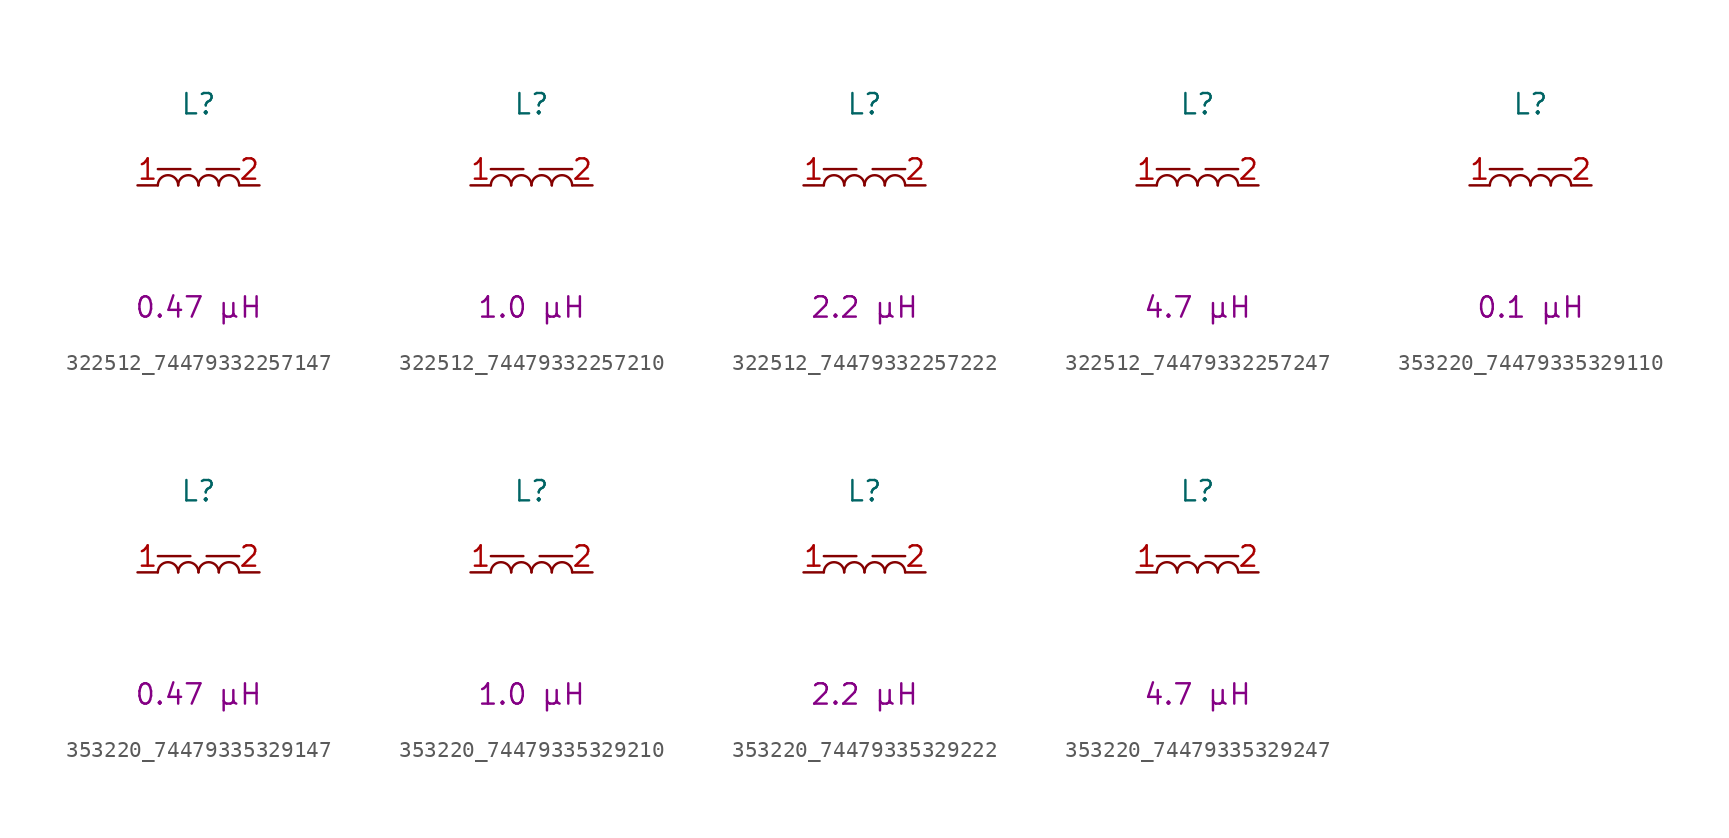
<source format=kicad_sym>
(kicad_symbol_lib
  (version 20220914)
  (generator kicad_symbol_editor)
  (symbol "322512_74479332257147"
    (pin_names hide)
    (property "Reference" "L"
      (at 0 5.08 0)
      (effects (font (size 1.27 1.27))))
    (property "Critical Parameter" "0.47 µH"
      (at 0 -7.62 0)
      (effects (font (size 1.27 1.27))))
    (symbol "322512_74479332257147_0_1"
      (arc (start -1.27 0) (mid -1.905 0.6323) (end -2.54 0) (stroke (width 0) (type default)) (fill (type none)))
      (arc (start 0 0) (mid -0.635 0.6323) (end -1.27 0) (stroke (width 0) (type default)) (fill (type none)))
      (polyline (pts (xy -2.54 1.016) (xy -0.508 1.016)) (stroke (width 0) (type default)) (fill (type none)))
      (arc (start 1.27 0) (mid 0.635 0.6323) (end 0 0) (stroke (width 0) (type default)) (fill (type none)))
      (arc (start 2.54 0) (mid 1.905 0.6323) (end 1.27 0) (stroke (width 0) (type default)) (fill (type none))))
    (symbol "322512_74479332257147_1_1"
      (polyline (pts (xy 2.54 1.016) (xy 0.508 1.016)) (stroke (width 0) (type default)) (fill (type none)))
      (pin passive line (at -3.81 0 0) (length 1.27) (name "1" (effects (font (size 1.27 1.27)))) (number "1" (effects (font (size 1.27 1.27)))))
      (pin passive line (at 3.81 0 180) (length 1.27) (name "2" (effects (font (size 1.27 1.27)))) (number "2" (effects (font (size 1.27 1.27)))))))
  (symbol "322512_74479332257210"
    (pin_names hide)
    (property "Reference" "L"
      (at 0 5.08 0)
      (effects (font (size 1.27 1.27))))
    (property "Critical Parameter" "1.0 µH"
      (at 0 -7.62 0)
      (effects (font (size 1.27 1.27))))
    (symbol "322512_74479332257210_0_1"
      (arc (start -1.27 0) (mid -1.905 0.6323) (end -2.54 0) (stroke (width 0) (type default)) (fill (type none)))
      (arc (start 0 0) (mid -0.635 0.6323) (end -1.27 0) (stroke (width 0) (type default)) (fill (type none)))
      (polyline (pts (xy -2.54 1.016) (xy -0.508 1.016)) (stroke (width 0) (type default)) (fill (type none)))
      (arc (start 1.27 0) (mid 0.635 0.6323) (end 0 0) (stroke (width 0) (type default)) (fill (type none)))
      (arc (start 2.54 0) (mid 1.905 0.6323) (end 1.27 0) (stroke (width 0) (type default)) (fill (type none))))
    (symbol "322512_74479332257210_1_1"
      (polyline (pts (xy 2.54 1.016) (xy 0.508 1.016)) (stroke (width 0) (type default)) (fill (type none)))
      (pin passive line (at -3.81 0 0) (length 1.27) (name "1" (effects (font (size 1.27 1.27)))) (number "1" (effects (font (size 1.27 1.27)))))
      (pin passive line (at 3.81 0 180) (length 1.27) (name "2" (effects (font (size 1.27 1.27)))) (number "2" (effects (font (size 1.27 1.27)))))))
  (symbol "322512_74479332257222"
    (pin_names hide)
    (property "Reference" "L"
      (at 0 5.08 0)
      (effects (font (size 1.27 1.27))))
    (property "Critical Parameter" "2.2 µH"
      (at 0 -7.62 0)
      (effects (font (size 1.27 1.27))))
    (symbol "322512_74479332257222_0_1"
      (arc (start -1.27 0) (mid -1.905 0.6323) (end -2.54 0) (stroke (width 0) (type default)) (fill (type none)))
      (arc (start 0 0) (mid -0.635 0.6323) (end -1.27 0) (stroke (width 0) (type default)) (fill (type none)))
      (polyline (pts (xy -2.54 1.016) (xy -0.508 1.016)) (stroke (width 0) (type default)) (fill (type none)))
      (arc (start 1.27 0) (mid 0.635 0.6323) (end 0 0) (stroke (width 0) (type default)) (fill (type none)))
      (arc (start 2.54 0) (mid 1.905 0.6323) (end 1.27 0) (stroke (width 0) (type default)) (fill (type none))))
    (symbol "322512_74479332257222_1_1"
      (polyline (pts (xy 2.54 1.016) (xy 0.508 1.016)) (stroke (width 0) (type default)) (fill (type none)))
      (pin passive line (at -3.81 0 0) (length 1.27) (name "1" (effects (font (size 1.27 1.27)))) (number "1" (effects (font (size 1.27 1.27)))))
      (pin passive line (at 3.81 0 180) (length 1.27) (name "2" (effects (font (size 1.27 1.27)))) (number "2" (effects (font (size 1.27 1.27)))))))
  (symbol "322512_74479332257247"
    (pin_names hide)
    (property "Reference" "L"
      (at 0 5.08 0)
      (effects (font (size 1.27 1.27))))
    (property "Critical Parameter" "4.7 µH"
      (at 0 -7.62 0)
      (effects (font (size 1.27 1.27))))
    (symbol "322512_74479332257247_0_1"
      (arc (start -1.27 0) (mid -1.905 0.6323) (end -2.54 0) (stroke (width 0) (type default)) (fill (type none)))
      (arc (start 0 0) (mid -0.635 0.6323) (end -1.27 0) (stroke (width 0) (type default)) (fill (type none)))
      (polyline (pts (xy -2.54 1.016) (xy -0.508 1.016)) (stroke (width 0) (type default)) (fill (type none)))
      (arc (start 1.27 0) (mid 0.635 0.6323) (end 0 0) (stroke (width 0) (type default)) (fill (type none)))
      (arc (start 2.54 0) (mid 1.905 0.6323) (end 1.27 0) (stroke (width 0) (type default)) (fill (type none))))
    (symbol "322512_74479332257247_1_1"
      (polyline (pts (xy 2.54 1.016) (xy 0.508 1.016)) (stroke (width 0) (type default)) (fill (type none)))
      (pin passive line (at -3.81 0 0) (length 1.27) (name "1" (effects (font (size 1.27 1.27)))) (number "1" (effects (font (size 1.27 1.27)))))
      (pin passive line (at 3.81 0 180) (length 1.27) (name "2" (effects (font (size 1.27 1.27)))) (number "2" (effects (font (size 1.27 1.27)))))))
  (symbol "353220_74479335329110"
    (pin_names hide)
    (property "Reference" "L"
      (at 0 5.08 0)
      (effects (font (size 1.27 1.27))))
    (property "Critical Parameter" "0.1 µH"
      (at 0 -7.62 0)
      (effects (font (size 1.27 1.27))))
    (symbol "353220_74479335329110_0_1"
      (arc (start -1.27 0) (mid -1.905 0.6323) (end -2.54 0) (stroke (width 0) (type default)) (fill (type none)))
      (arc (start 0 0) (mid -0.635 0.6323) (end -1.27 0) (stroke (width 0) (type default)) (fill (type none)))
      (polyline (pts (xy -2.54 1.016) (xy -0.508 1.016)) (stroke (width 0) (type default)) (fill (type none)))
      (arc (start 1.27 0) (mid 0.635 0.6323) (end 0 0) (stroke (width 0) (type default)) (fill (type none)))
      (arc (start 2.54 0) (mid 1.905 0.6323) (end 1.27 0) (stroke (width 0) (type default)) (fill (type none))))
    (symbol "353220_74479335329110_1_1"
      (polyline (pts (xy 2.54 1.016) (xy 0.508 1.016)) (stroke (width 0) (type default)) (fill (type none)))
      (pin passive line (at -3.81 0 0) (length 1.27) (name "1" (effects (font (size 1.27 1.27)))) (number "1" (effects (font (size 1.27 1.27)))))
      (pin passive line (at 3.81 0 180) (length 1.27) (name "2" (effects (font (size 1.27 1.27)))) (number "2" (effects (font (size 1.27 1.27)))))))
  (symbol "353220_74479335329147"
    (pin_names hide)
    (property "Reference" "L"
      (at 0 5.08 0)
      (effects (font (size 1.27 1.27))))
    (property "Critical Parameter" "0.47 µH"
      (at 0 -7.62 0)
      (effects (font (size 1.27 1.27))))
    (symbol "353220_74479335329147_0_1"
      (arc (start -1.27 0) (mid -1.905 0.6323) (end -2.54 0) (stroke (width 0) (type default)) (fill (type none)))
      (arc (start 0 0) (mid -0.635 0.6323) (end -1.27 0) (stroke (width 0) (type default)) (fill (type none)))
      (polyline (pts (xy -2.54 1.016) (xy -0.508 1.016)) (stroke (width 0) (type default)) (fill (type none)))
      (arc (start 1.27 0) (mid 0.635 0.6323) (end 0 0) (stroke (width 0) (type default)) (fill (type none)))
      (arc (start 2.54 0) (mid 1.905 0.6323) (end 1.27 0) (stroke (width 0) (type default)) (fill (type none))))
    (symbol "353220_74479335329147_1_1"
      (polyline (pts (xy 2.54 1.016) (xy 0.508 1.016)) (stroke (width 0) (type default)) (fill (type none)))
      (pin passive line (at -3.81 0 0) (length 1.27) (name "1" (effects (font (size 1.27 1.27)))) (number "1" (effects (font (size 1.27 1.27)))))
      (pin passive line (at 3.81 0 180) (length 1.27) (name "2" (effects (font (size 1.27 1.27)))) (number "2" (effects (font (size 1.27 1.27)))))))
  (symbol "353220_74479335329210"
    (pin_names hide)
    (property "Reference" "L"
      (at 0 5.08 0)
      (effects (font (size 1.27 1.27))))
    (property "Critical Parameter" "1.0 µH"
      (at 0 -7.62 0)
      (effects (font (size 1.27 1.27))))
    (symbol "353220_74479335329210_0_1"
      (arc (start -1.27 0) (mid -1.905 0.6323) (end -2.54 0) (stroke (width 0) (type default)) (fill (type none)))
      (arc (start 0 0) (mid -0.635 0.6323) (end -1.27 0) (stroke (width 0) (type default)) (fill (type none)))
      (polyline (pts (xy -2.54 1.016) (xy -0.508 1.016)) (stroke (width 0) (type default)) (fill (type none)))
      (arc (start 1.27 0) (mid 0.635 0.6323) (end 0 0) (stroke (width 0) (type default)) (fill (type none)))
      (arc (start 2.54 0) (mid 1.905 0.6323) (end 1.27 0) (stroke (width 0) (type default)) (fill (type none))))
    (symbol "353220_74479335329210_1_1"
      (polyline (pts (xy 2.54 1.016) (xy 0.508 1.016)) (stroke (width 0) (type default)) (fill (type none)))
      (pin passive line (at -3.81 0 0) (length 1.27) (name "1" (effects (font (size 1.27 1.27)))) (number "1" (effects (font (size 1.27 1.27)))))
      (pin passive line (at 3.81 0 180) (length 1.27) (name "2" (effects (font (size 1.27 1.27)))) (number "2" (effects (font (size 1.27 1.27)))))))
  (symbol "353220_74479335329222"
    (pin_names hide)
    (property "Reference" "L"
      (at 0 5.08 0)
      (effects (font (size 1.27 1.27))))
    (property "Critical Parameter" "2.2 µH"
      (at 0 -7.62 0)
      (effects (font (size 1.27 1.27))))
    (symbol "353220_74479335329222_0_1"
      (arc (start -1.27 0) (mid -1.905 0.6323) (end -2.54 0) (stroke (width 0) (type default)) (fill (type none)))
      (arc (start 0 0) (mid -0.635 0.6323) (end -1.27 0) (stroke (width 0) (type default)) (fill (type none)))
      (polyline (pts (xy -2.54 1.016) (xy -0.508 1.016)) (stroke (width 0) (type default)) (fill (type none)))
      (arc (start 1.27 0) (mid 0.635 0.6323) (end 0 0) (stroke (width 0) (type default)) (fill (type none)))
      (arc (start 2.54 0) (mid 1.905 0.6323) (end 1.27 0) (stroke (width 0) (type default)) (fill (type none))))
    (symbol "353220_74479335329222_1_1"
      (polyline (pts (xy 2.54 1.016) (xy 0.508 1.016)) (stroke (width 0) (type default)) (fill (type none)))
      (pin passive line (at -3.81 0 0) (length 1.27) (name "1" (effects (font (size 1.27 1.27)))) (number "1" (effects (font (size 1.27 1.27)))))
      (pin passive line (at 3.81 0 180) (length 1.27) (name "2" (effects (font (size 1.27 1.27)))) (number "2" (effects (font (size 1.27 1.27)))))))
  (symbol "353220_74479335329247"
    (pin_names hide)
    (property "Reference" "L"
      (at 0 5.08 0)
      (effects (font (size 1.27 1.27))))
    (property "Critical Parameter" "4.7 µH"
      (at 0 -7.62 0)
      (effects (font (size 1.27 1.27))))
    (symbol "353220_74479335329247_0_1"
      (arc (start -1.27 0) (mid -1.905 0.6323) (end -2.54 0) (stroke (width 0) (type default)) (fill (type none)))
      (arc (start 0 0) (mid -0.635 0.6323) (end -1.27 0) (stroke (width 0) (type default)) (fill (type none)))
      (polyline (pts (xy -2.54 1.016) (xy -0.508 1.016)) (stroke (width 0) (type default)) (fill (type none)))
      (arc (start 1.27 0) (mid 0.635 0.6323) (end 0 0) (stroke (width 0) (type default)) (fill (type none)))
      (arc (start 2.54 0) (mid 1.905 0.6323) (end 1.27 0) (stroke (width 0) (type default)) (fill (type none))))
    (symbol "353220_74479335329247_1_1"
      (polyline (pts (xy 2.54 1.016) (xy 0.508 1.016)) (stroke (width 0) (type default)) (fill (type none)))
      (pin passive line (at -3.81 0 0) (length 1.27) (name "1" (effects (font (size 1.27 1.27)))) (number "1" (effects (font (size 1.27 1.27)))))
      (pin passive line (at 3.81 0 180) (length 1.27) (name "2" (effects (font (size 1.27 1.27)))) (number "2" (effects (font (size 1.27 1.27))))))))
</source>
